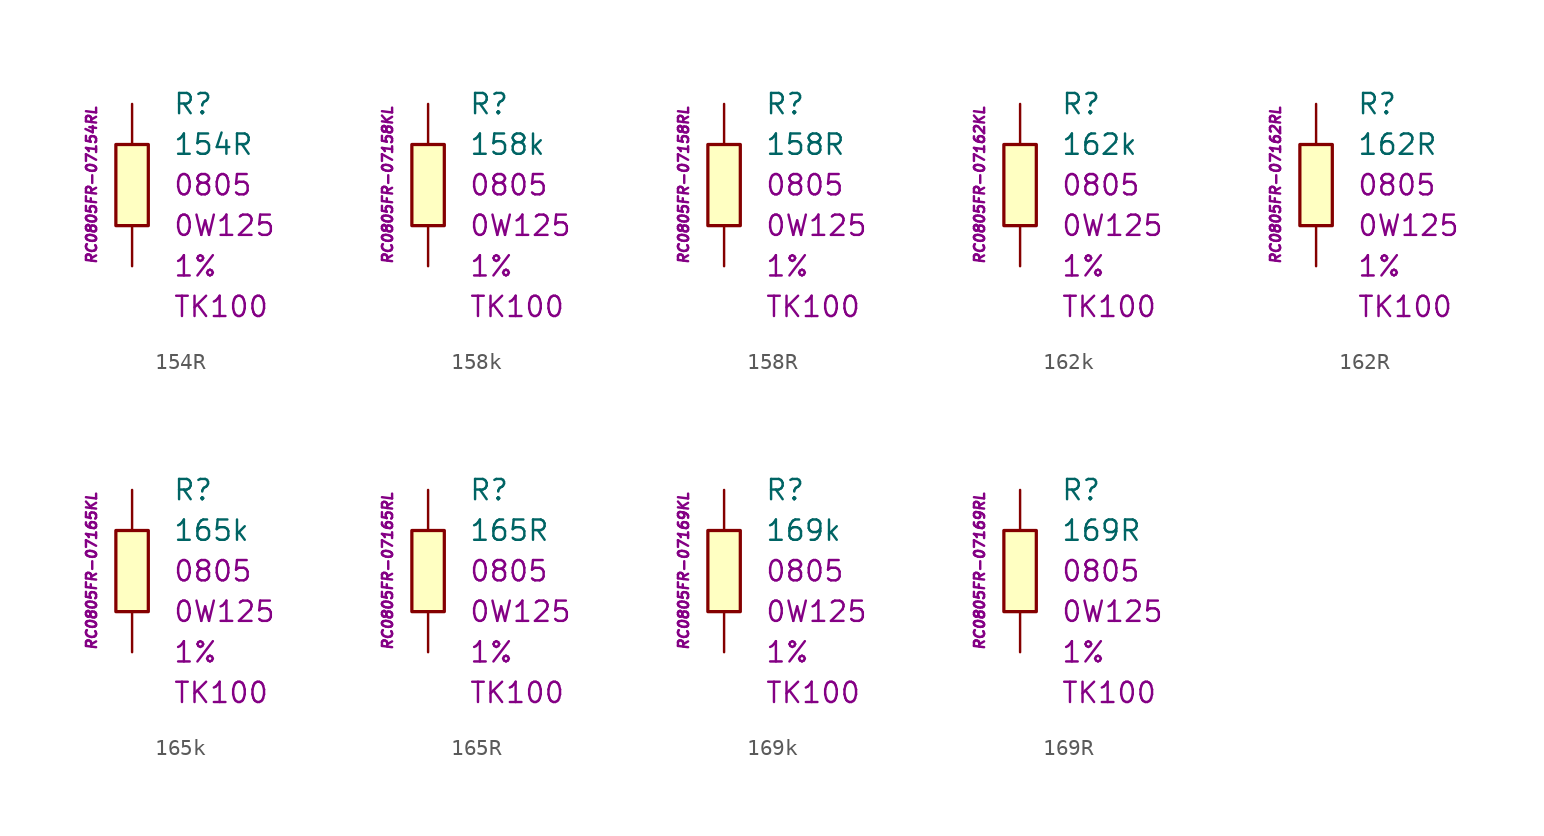
<source format=kicad_sym>
(kicad_symbol_lib
  (version 20201005)
  (generator kicad_symbol_editor)
  (symbol "154R"
    (pin_numbers hide)
    (pin_names
      (offset 1.016) hide)
    (property "Reference" "R"
      (at 2.54 5.08 0)
      (effects (font (size 1.27 1.27)) (justify left)))
    (property "Value" "154R"
      (at 2.54 2.54 0)
      (effects (font (size 1.27 1.27)) (justify left)))
    (property "Package" "0805"
      (at 2.54 0 0)
      (effects (font (size 1.27 1.27)) (justify left)))
    (property "Power" "0W125"
      (at 2.54 -2.54 0)
      (effects (font (size 1.27 1.27)) (justify left)))
    (property "Tolerance" "1%"
      (at 2.54 -5.08 0)
      (effects (font (size 1.27 1.27)) (justify left)))
    (property "TK" "TK100"
      (at 2.54 -7.62 0)
      (effects (font (size 1.27 1.27)) (justify left)))
    (property "ID" "RC0805FR-07154RL"
      (at -2.54 0 90)
      (effects (font (size 0.635 0.635) italic)))
    (symbol "154R_0_1"
      (rectangle (start -1.016 2.54) (end 1.016 -2.54) (stroke (width 0.203)) (fill (type background))))
    (symbol "154R_1_1"
      (pin passive line (at 0 5.08 270) (length 2.54) (name "~" (effects (font (size 1.778 1.778)))) (number "1" (effects (font (size 1.778 1.778)))))
      (pin passive line (at 0 -5.08 90) (length 2.54) (name "~" (effects (font (size 1.778 1.778)))) (number "2" (effects (font (size 1.778 1.778)))))))
  (symbol "158k"
    (pin_numbers hide)
    (pin_names
      (offset 1.016) hide)
    (property "Reference" "R"
      (at 2.54 5.08 0)
      (effects (font (size 1.27 1.27)) (justify left)))
    (property "Value" "158k"
      (at 2.54 2.54 0)
      (effects (font (size 1.27 1.27)) (justify left)))
    (property "Package" "0805"
      (at 2.54 0 0)
      (effects (font (size 1.27 1.27)) (justify left)))
    (property "Power" "0W125"
      (at 2.54 -2.54 0)
      (effects (font (size 1.27 1.27)) (justify left)))
    (property "Tolerance" "1%"
      (at 2.54 -5.08 0)
      (effects (font (size 1.27 1.27)) (justify left)))
    (property "TK" "TK100"
      (at 2.54 -7.62 0)
      (effects (font (size 1.27 1.27)) (justify left)))
    (property "ID" "RC0805FR-07158KL"
      (at -2.54 0 90)
      (effects (font (size 0.635 0.635) italic)))
    (symbol "158k_0_1"
      (rectangle (start -1.016 2.54) (end 1.016 -2.54) (stroke (width 0.203)) (fill (type background))))
    (symbol "158k_1_1"
      (pin passive line (at 0 5.08 270) (length 2.54) (name "~" (effects (font (size 1.778 1.778)))) (number "1" (effects (font (size 1.778 1.778)))))
      (pin passive line (at 0 -5.08 90) (length 2.54) (name "~" (effects (font (size 1.778 1.778)))) (number "2" (effects (font (size 1.778 1.778)))))))
  (symbol "158R"
    (pin_numbers hide)
    (pin_names
      (offset 1.016) hide)
    (property "Reference" "R"
      (at 2.54 5.08 0)
      (effects (font (size 1.27 1.27)) (justify left)))
    (property "Value" "158R"
      (at 2.54 2.54 0)
      (effects (font (size 1.27 1.27)) (justify left)))
    (property "Package" "0805"
      (at 2.54 0 0)
      (effects (font (size 1.27 1.27)) (justify left)))
    (property "Power" "0W125"
      (at 2.54 -2.54 0)
      (effects (font (size 1.27 1.27)) (justify left)))
    (property "Tolerance" "1%"
      (at 2.54 -5.08 0)
      (effects (font (size 1.27 1.27)) (justify left)))
    (property "TK" "TK100"
      (at 2.54 -7.62 0)
      (effects (font (size 1.27 1.27)) (justify left)))
    (property "ID" "RC0805FR-07158RL"
      (at -2.54 0 90)
      (effects (font (size 0.635 0.635) italic)))
    (symbol "158R_0_1"
      (rectangle (start -1.016 2.54) (end 1.016 -2.54) (stroke (width 0.203)) (fill (type background))))
    (symbol "158R_1_1"
      (pin passive line (at 0 5.08 270) (length 2.54) (name "~" (effects (font (size 1.778 1.778)))) (number "1" (effects (font (size 1.778 1.778)))))
      (pin passive line (at 0 -5.08 90) (length 2.54) (name "~" (effects (font (size 1.778 1.778)))) (number "2" (effects (font (size 1.778 1.778)))))))
  (symbol "162k"
    (pin_numbers hide)
    (pin_names
      (offset 1.016) hide)
    (property "Reference" "R"
      (at 2.54 5.08 0)
      (effects (font (size 1.27 1.27)) (justify left)))
    (property "Value" "162k"
      (at 2.54 2.54 0)
      (effects (font (size 1.27 1.27)) (justify left)))
    (property "Package" "0805"
      (at 2.54 0 0)
      (effects (font (size 1.27 1.27)) (justify left)))
    (property "Power" "0W125"
      (at 2.54 -2.54 0)
      (effects (font (size 1.27 1.27)) (justify left)))
    (property "Tolerance" "1%"
      (at 2.54 -5.08 0)
      (effects (font (size 1.27 1.27)) (justify left)))
    (property "TK" "TK100"
      (at 2.54 -7.62 0)
      (effects (font (size 1.27 1.27)) (justify left)))
    (property "ID" "RC0805FR-07162KL"
      (at -2.54 0 90)
      (effects (font (size 0.635 0.635) italic)))
    (symbol "162k_0_1"
      (rectangle (start -1.016 2.54) (end 1.016 -2.54) (stroke (width 0.203)) (fill (type background))))
    (symbol "162k_1_1"
      (pin passive line (at 0 5.08 270) (length 2.54) (name "~" (effects (font (size 1.778 1.778)))) (number "1" (effects (font (size 1.778 1.778)))))
      (pin passive line (at 0 -5.08 90) (length 2.54) (name "~" (effects (font (size 1.778 1.778)))) (number "2" (effects (font (size 1.778 1.778)))))))
  (symbol "162R"
    (pin_numbers hide)
    (pin_names
      (offset 1.016) hide)
    (property "Reference" "R"
      (at 2.54 5.08 0)
      (effects (font (size 1.27 1.27)) (justify left)))
    (property "Value" "162R"
      (at 2.54 2.54 0)
      (effects (font (size 1.27 1.27)) (justify left)))
    (property "Package" "0805"
      (at 2.54 0 0)
      (effects (font (size 1.27 1.27)) (justify left)))
    (property "Power" "0W125"
      (at 2.54 -2.54 0)
      (effects (font (size 1.27 1.27)) (justify left)))
    (property "Tolerance" "1%"
      (at 2.54 -5.08 0)
      (effects (font (size 1.27 1.27)) (justify left)))
    (property "TK" "TK100"
      (at 2.54 -7.62 0)
      (effects (font (size 1.27 1.27)) (justify left)))
    (property "ID" "RC0805FR-07162RL"
      (at -2.54 0 90)
      (effects (font (size 0.635 0.635) italic)))
    (symbol "162R_0_1"
      (rectangle (start -1.016 2.54) (end 1.016 -2.54) (stroke (width 0.203)) (fill (type background))))
    (symbol "162R_1_1"
      (pin passive line (at 0 5.08 270) (length 2.54) (name "~" (effects (font (size 1.778 1.778)))) (number "1" (effects (font (size 1.778 1.778)))))
      (pin passive line (at 0 -5.08 90) (length 2.54) (name "~" (effects (font (size 1.778 1.778)))) (number "2" (effects (font (size 1.778 1.778)))))))
  (symbol "165k"
    (pin_numbers hide)
    (pin_names
      (offset 1.016) hide)
    (property "Reference" "R"
      (at 2.54 5.08 0)
      (effects (font (size 1.27 1.27)) (justify left)))
    (property "Value" "165k"
      (at 2.54 2.54 0)
      (effects (font (size 1.27 1.27)) (justify left)))
    (property "Package" "0805"
      (at 2.54 0 0)
      (effects (font (size 1.27 1.27)) (justify left)))
    (property "Power" "0W125"
      (at 2.54 -2.54 0)
      (effects (font (size 1.27 1.27)) (justify left)))
    (property "Tolerance" "1%"
      (at 2.54 -5.08 0)
      (effects (font (size 1.27 1.27)) (justify left)))
    (property "TK" "TK100"
      (at 2.54 -7.62 0)
      (effects (font (size 1.27 1.27)) (justify left)))
    (property "ID" "RC0805FR-07165KL"
      (at -2.54 0 90)
      (effects (font (size 0.635 0.635) italic)))
    (symbol "165k_0_1"
      (rectangle (start -1.016 2.54) (end 1.016 -2.54) (stroke (width 0.203)) (fill (type background))))
    (symbol "165k_1_1"
      (pin passive line (at 0 5.08 270) (length 2.54) (name "~" (effects (font (size 1.778 1.778)))) (number "1" (effects (font (size 1.778 1.778)))))
      (pin passive line (at 0 -5.08 90) (length 2.54) (name "~" (effects (font (size 1.778 1.778)))) (number "2" (effects (font (size 1.778 1.778)))))))
  (symbol "165R"
    (pin_numbers hide)
    (pin_names
      (offset 1.016) hide)
    (property "Reference" "R"
      (at 2.54 5.08 0)
      (effects (font (size 1.27 1.27)) (justify left)))
    (property "Value" "165R"
      (at 2.54 2.54 0)
      (effects (font (size 1.27 1.27)) (justify left)))
    (property "Package" "0805"
      (at 2.54 0 0)
      (effects (font (size 1.27 1.27)) (justify left)))
    (property "Power" "0W125"
      (at 2.54 -2.54 0)
      (effects (font (size 1.27 1.27)) (justify left)))
    (property "Tolerance" "1%"
      (at 2.54 -5.08 0)
      (effects (font (size 1.27 1.27)) (justify left)))
    (property "TK" "TK100"
      (at 2.54 -7.62 0)
      (effects (font (size 1.27 1.27)) (justify left)))
    (property "ID" "RC0805FR-07165RL"
      (at -2.54 0 90)
      (effects (font (size 0.635 0.635) italic)))
    (symbol "165R_0_1"
      (rectangle (start -1.016 2.54) (end 1.016 -2.54) (stroke (width 0.203)) (fill (type background))))
    (symbol "165R_1_1"
      (pin passive line (at 0 5.08 270) (length 2.54) (name "~" (effects (font (size 1.778 1.778)))) (number "1" (effects (font (size 1.778 1.778)))))
      (pin passive line (at 0 -5.08 90) (length 2.54) (name "~" (effects (font (size 1.778 1.778)))) (number "2" (effects (font (size 1.778 1.778)))))))
  (symbol "169k"
    (pin_numbers hide)
    (pin_names
      (offset 1.016) hide)
    (property "Reference" "R"
      (at 2.54 5.08 0)
      (effects (font (size 1.27 1.27)) (justify left)))
    (property "Value" "169k"
      (at 2.54 2.54 0)
      (effects (font (size 1.27 1.27)) (justify left)))
    (property "Package" "0805"
      (at 2.54 0 0)
      (effects (font (size 1.27 1.27)) (justify left)))
    (property "Power" "0W125"
      (at 2.54 -2.54 0)
      (effects (font (size 1.27 1.27)) (justify left)))
    (property "Tolerance" "1%"
      (at 2.54 -5.08 0)
      (effects (font (size 1.27 1.27)) (justify left)))
    (property "TK" "TK100"
      (at 2.54 -7.62 0)
      (effects (font (size 1.27 1.27)) (justify left)))
    (property "ID" "RC0805FR-07169KL"
      (at -2.54 0 90)
      (effects (font (size 0.635 0.635) italic)))
    (symbol "169k_0_1"
      (rectangle (start -1.016 2.54) (end 1.016 -2.54) (stroke (width 0.203)) (fill (type background))))
    (symbol "169k_1_1"
      (pin passive line (at 0 5.08 270) (length 2.54) (name "~" (effects (font (size 1.778 1.778)))) (number "1" (effects (font (size 1.778 1.778)))))
      (pin passive line (at 0 -5.08 90) (length 2.54) (name "~" (effects (font (size 1.778 1.778)))) (number "2" (effects (font (size 1.778 1.778)))))))
  (symbol "169R"
    (pin_numbers hide)
    (pin_names
      (offset 1.016) hide)
    (property "Reference" "R"
      (at 2.54 5.08 0)
      (effects (font (size 1.27 1.27)) (justify left)))
    (property "Value" "169R"
      (at 2.54 2.54 0)
      (effects (font (size 1.27 1.27)) (justify left)))
    (property "Package" "0805"
      (at 2.54 0 0)
      (effects (font (size 1.27 1.27)) (justify left)))
    (property "Power" "0W125"
      (at 2.54 -2.54 0)
      (effects (font (size 1.27 1.27)) (justify left)))
    (property "Tolerance" "1%"
      (at 2.54 -5.08 0)
      (effects (font (size 1.27 1.27)) (justify left)))
    (property "TK" "TK100"
      (at 2.54 -7.62 0)
      (effects (font (size 1.27 1.27)) (justify left)))
    (property "ID" "RC0805FR-07169RL"
      (at -2.54 0 90)
      (effects (font (size 0.635 0.635) italic)))
    (symbol "169R_0_1"
      (rectangle (start -1.016 2.54) (end 1.016 -2.54) (stroke (width 0.203)) (fill (type background))))
    (symbol "169R_1_1"
      (pin passive line (at 0 5.08 270) (length 2.54) (name "~" (effects (font (size 1.778 1.778)))) (number "1" (effects (font (size 1.778 1.778)))))
      (pin passive line (at 0 -5.08 90) (length 2.54) (name "~" (effects (font (size 1.778 1.778)))) (number "2" (effects (font (size 1.778 1.778))))))))
</source>
